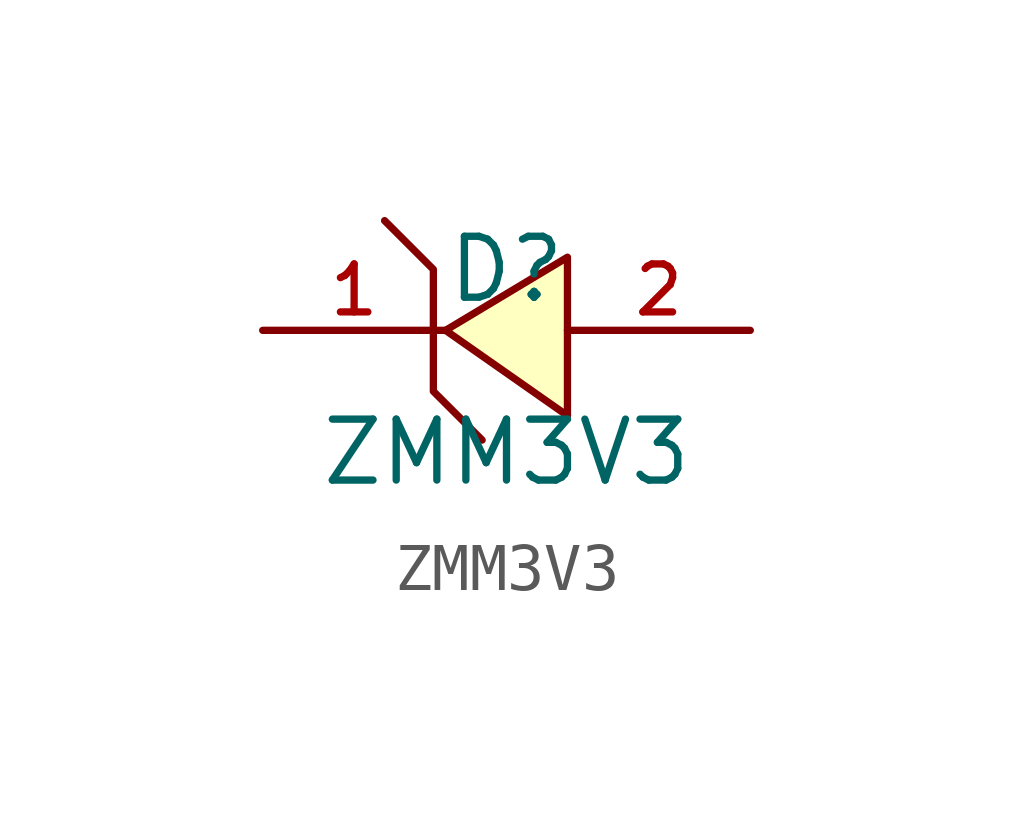
<source format=kicad_sym>
(kicad_symbol_lib
  (version 20210201)
  (generator TousstNicolas/JLC2KiCad_lib)
  (symbol "ZMM3V3"
    (pin_names hide)
    (property "Reference" "D"
      (at 0 1.27 0)
      (effects (font (size 1.27 1.27))))
    (property "Value" "ZMM3V3"
      (at 0 -2.54 0)
      (effects (font (size 1.27 1.27))))
    (symbol "ZMM3V3_0_1"
      (pin unspecified line (at 5.08 -0.0 180) (length 3.81) (name "A" (effects (font (size 1 1)))) (number "2" (effects (font (size 1 1)))))
      (pin unspecified line (at -5.08 -0.0 0) (length 3.81) (name "C" (effects (font (size 1 1)))) (number "1" (effects (font (size 1 1)))))
      (polyline (pts (xy -2.54 2.286) (xy -1.524 1.27) (xy -1.524 -1.27) (xy -0.508 -2.286)) (stroke (width 0) (type default) (color 0 0 0 0)) (fill (type none)))
      (polyline (pts (xy 1.27 1.524) (xy -1.27 -0.0) (xy 1.27 -1.778) (xy 1.27 1.524)) (stroke (width 0) (type default) (color 0 0 0 0)) (fill (type background))))))
</source>
